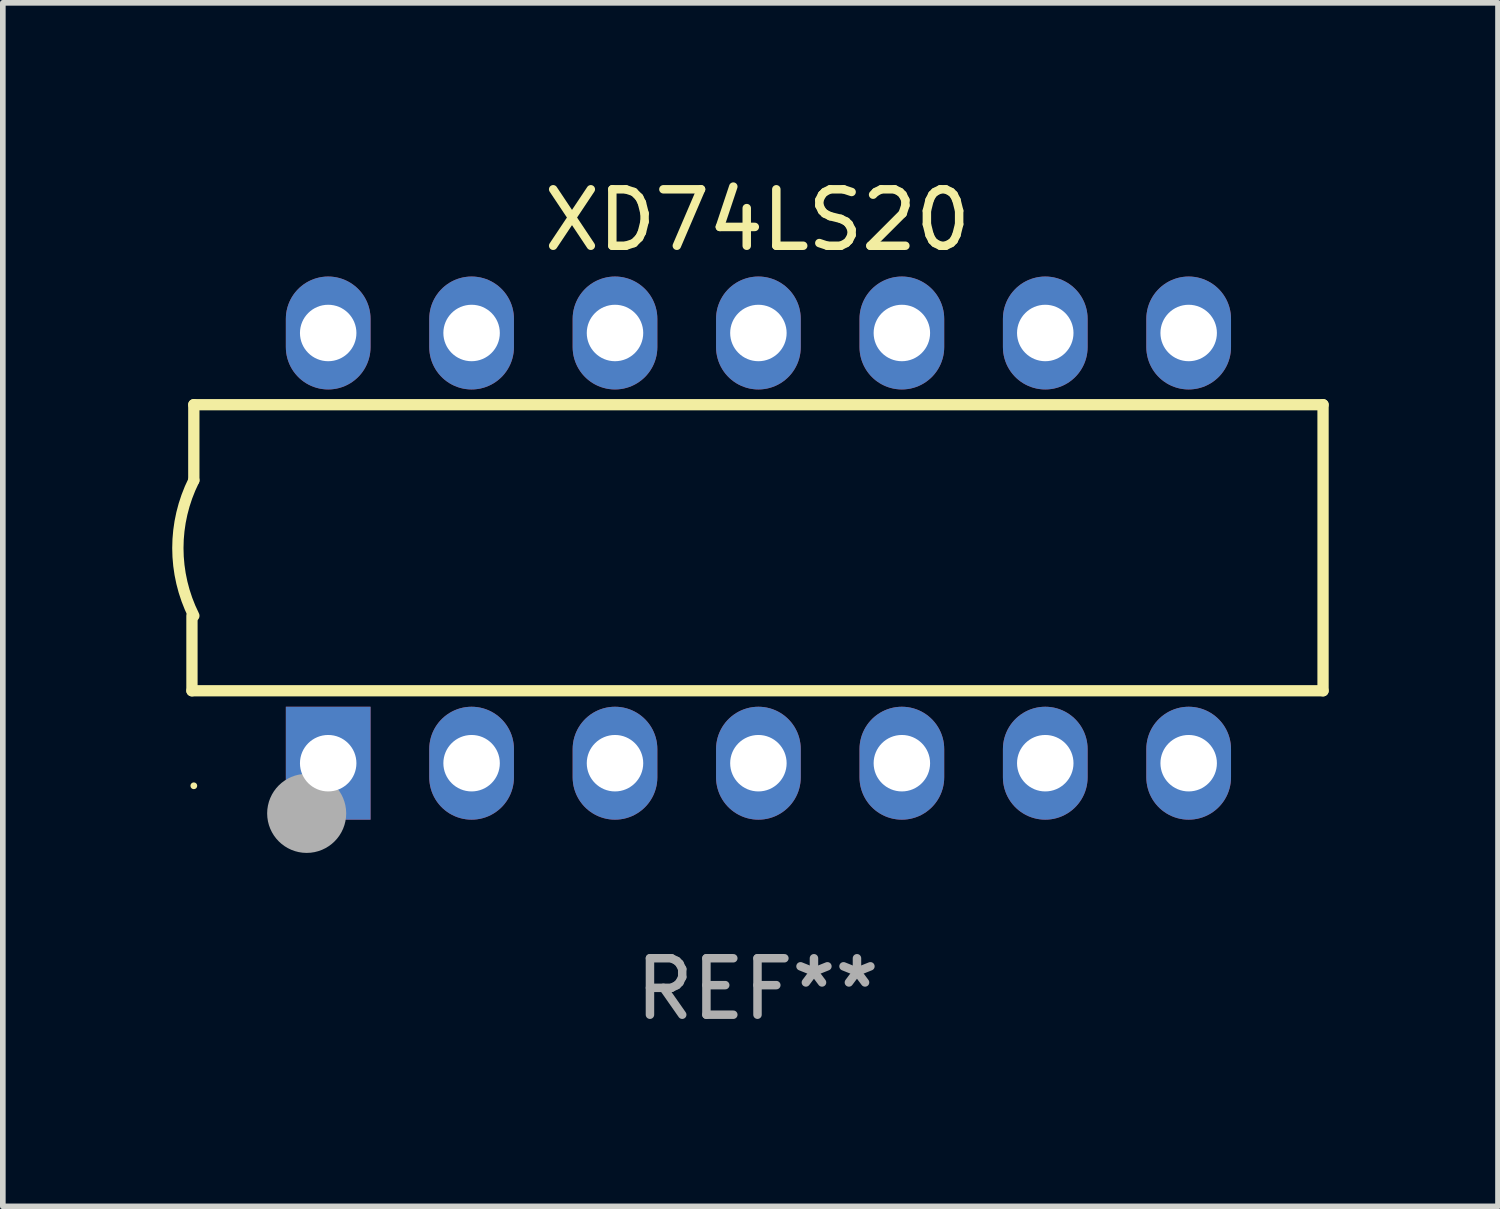
<source format=kicad_pcb>
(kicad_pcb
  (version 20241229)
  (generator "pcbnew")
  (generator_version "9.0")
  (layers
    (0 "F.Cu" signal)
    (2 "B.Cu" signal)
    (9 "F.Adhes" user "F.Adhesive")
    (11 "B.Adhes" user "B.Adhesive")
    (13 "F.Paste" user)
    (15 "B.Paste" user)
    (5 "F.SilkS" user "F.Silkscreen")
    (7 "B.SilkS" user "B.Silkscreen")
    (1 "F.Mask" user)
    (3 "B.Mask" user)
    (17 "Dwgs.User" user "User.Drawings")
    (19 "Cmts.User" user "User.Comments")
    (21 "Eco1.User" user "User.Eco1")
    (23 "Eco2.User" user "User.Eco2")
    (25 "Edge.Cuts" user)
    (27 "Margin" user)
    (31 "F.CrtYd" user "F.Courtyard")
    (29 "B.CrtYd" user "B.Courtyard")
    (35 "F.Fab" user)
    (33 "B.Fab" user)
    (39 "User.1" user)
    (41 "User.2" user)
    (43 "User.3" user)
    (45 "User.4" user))
  (footprint "XD74LS20"
    (layer "F.Cu")
    (at 10.367 6.658)
    (property "Reference" "XD74LS20" (at 0 -5.81 0) (layer "F.SilkS") (effects (font (size 1 1) (thickness 0.15))))
    (attr through_hole)
    (fp_line (start -10.017 2.527) (end -10.017 1.199) (stroke (width 0.2) (type solid)) (layer "F.SilkS"))
    (fp_line (start -9.984 -2.54) (end 10.017 -2.54) (stroke (width 0.2) (type solid)) (layer "F.SilkS"))
    (fp_line (start -9.984 -1.2) (end -9.984 -2.54) (stroke (width 0.2) (type solid)) (layer "F.SilkS"))
    (fp_line (start 10.017 -2.54) (end 10.017 2.527) (stroke (width 0.2) (type solid)) (layer "F.SilkS"))
    (fp_line (start 10.017 2.527) (end -10.017 2.527) (stroke (width 0.2) (type solid)) (layer "F.SilkS"))
    (fp_arc (start -9.983503 1.198882) (mid -10.266661 -0.000556) (end -9.983528 -1.2) (stroke (width 0.2) (type solid)) (layer "F.SilkS"))
    (fp_circle (center -9.984 4.21) (end -9.954 4.21) (stroke (width 0.06) (type solid)) (fill no) (layer "F.SilkS"))
    (fp_circle (center -7.985 4.699) (end -7.635 4.699) (stroke (width 0.7) (type solid)) (fill no) (layer "F.Fab"))
    (fp_text user "REF**" (at 0 7.81 0) (layer "F.Fab") (effects (font (size 1 1) (thickness 0.15))))
    (pad "1" thru_hole rect (at -7.604 3.81 90) (size 2 1.5) (drill 1) (layers "*.Cu" "*.Mask"))
    (pad "2" thru_hole oval (at -5.064 3.81 90) (size 2 1.5) (drill 1) (layers "*.Cu" "*.Mask"))
    (pad "3" thru_hole oval (at -2.524 3.81 90) (size 2 1.5) (drill 1) (layers "*.Cu" "*.Mask"))
    (pad "4" thru_hole oval (at 0.016 3.81 90) (size 2 1.5) (drill 1) (layers "*.Cu" "*.Mask"))
    (pad "5" thru_hole oval (at 2.557 3.81 90) (size 2 1.5) (drill 1) (layers "*.Cu" "*.Mask"))
    (pad "6" thru_hole oval (at 5.097 3.81 90) (size 2 1.5) (drill 1) (layers "*.Cu" "*.Mask"))
    (pad "7" thru_hole oval (at 7.637 3.81 90) (size 2 1.5) (drill 1) (layers "*.Cu" "*.Mask"))
    (pad "8" thru_hole oval (at 7.637 -3.81 90) (size 2 1.5) (drill 1) (layers "*.Cu" "*.Mask"))
    (pad "9" thru_hole oval (at 5.097 -3.81 90) (size 2 1.5) (drill 1) (layers "*.Cu" "*.Mask"))
    (pad "10" thru_hole oval (at 2.557 -3.81 90) (size 2 1.5) (drill 1) (layers "*.Cu" "*.Mask"))
    (pad "11" thru_hole oval (at 0.016 -3.81 90) (size 2 1.5) (drill 1) (layers "*.Cu" "*.Mask"))
    (pad "12" thru_hole oval (at -2.524 -3.81 90) (size 2 1.5) (drill 1) (layers "*.Cu" "*.Mask"))
    (pad "13" thru_hole oval (at -5.064 -3.81 90) (size 2 1.5) (drill 1) (layers "*.Cu" "*.Mask"))
    (pad "14" thru_hole oval (at -7.604 -3.81 90) (size 2 1.5) (drill 1) (layers "*.Cu" "*.Mask")))
  (gr_rect
    (start -3 -3)
    (end 23.483 18.317)
    (stroke (width 0.1) (type default))
    (fill no)
    (layer "Edge.Cuts")))
</source>
